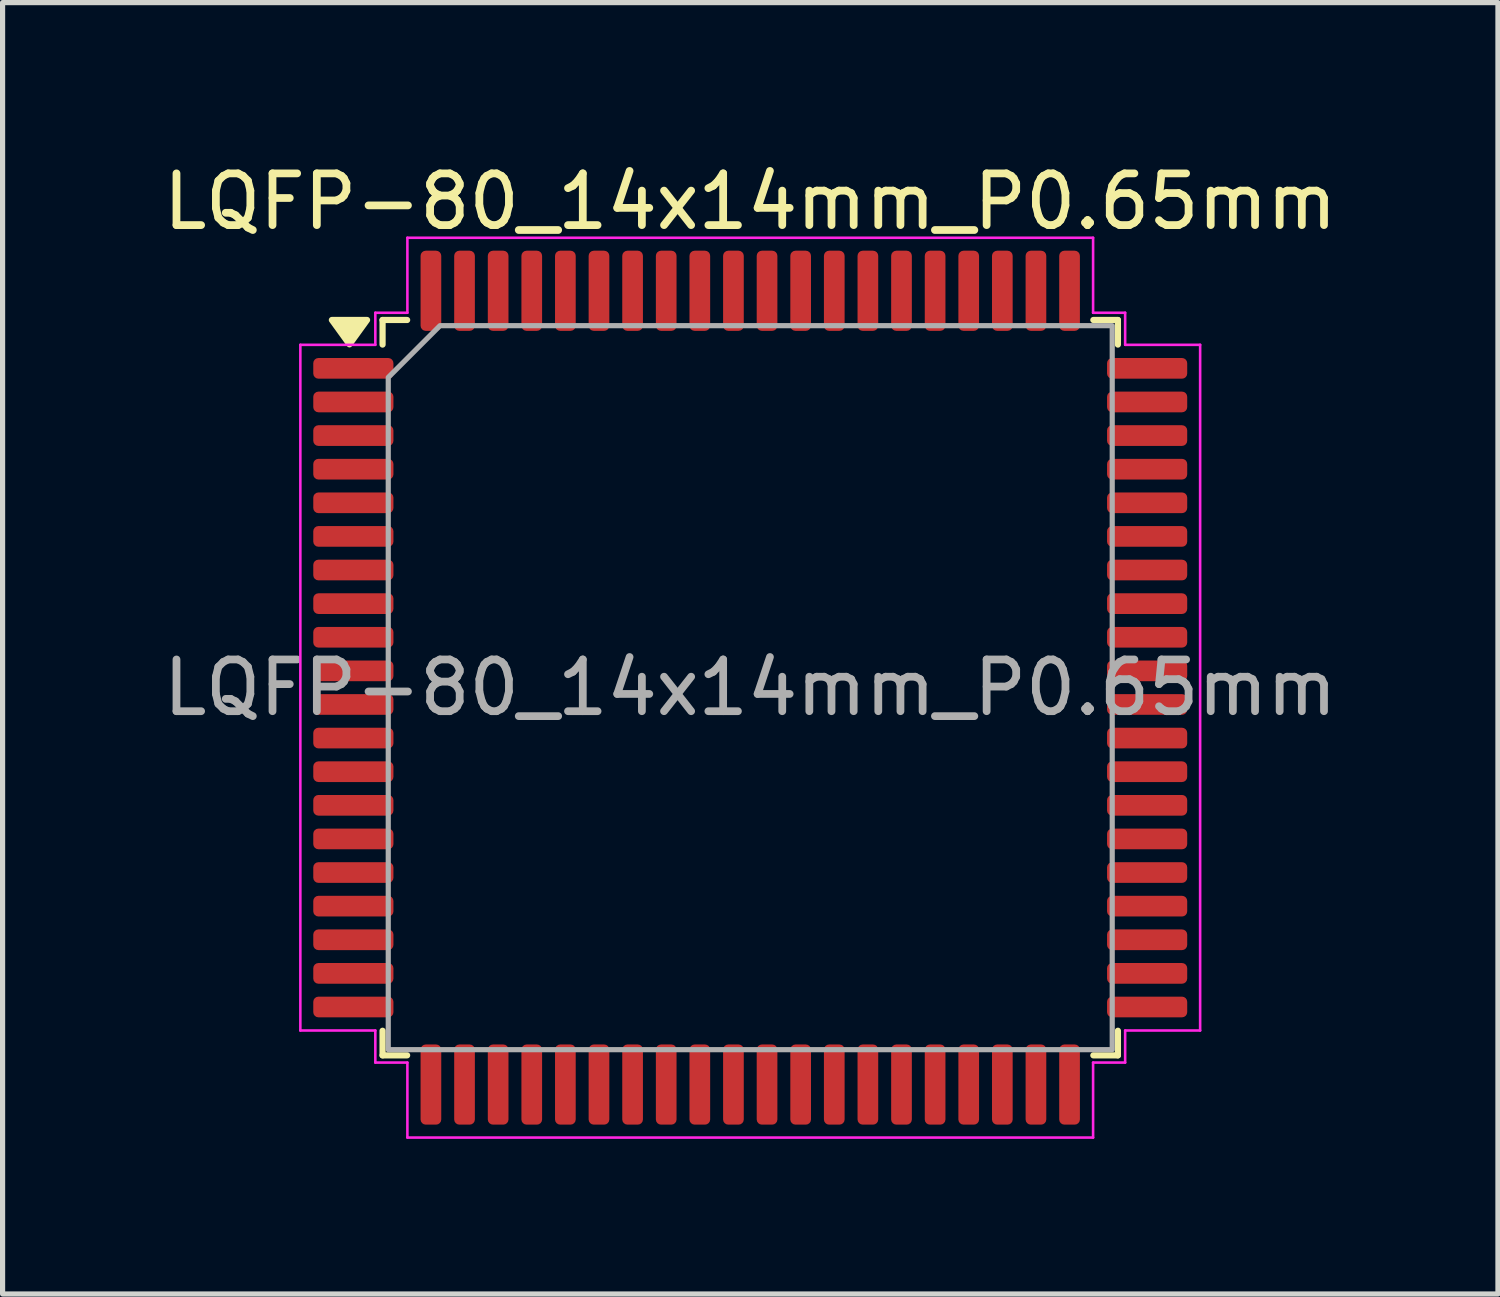
<source format=kicad_pcb>
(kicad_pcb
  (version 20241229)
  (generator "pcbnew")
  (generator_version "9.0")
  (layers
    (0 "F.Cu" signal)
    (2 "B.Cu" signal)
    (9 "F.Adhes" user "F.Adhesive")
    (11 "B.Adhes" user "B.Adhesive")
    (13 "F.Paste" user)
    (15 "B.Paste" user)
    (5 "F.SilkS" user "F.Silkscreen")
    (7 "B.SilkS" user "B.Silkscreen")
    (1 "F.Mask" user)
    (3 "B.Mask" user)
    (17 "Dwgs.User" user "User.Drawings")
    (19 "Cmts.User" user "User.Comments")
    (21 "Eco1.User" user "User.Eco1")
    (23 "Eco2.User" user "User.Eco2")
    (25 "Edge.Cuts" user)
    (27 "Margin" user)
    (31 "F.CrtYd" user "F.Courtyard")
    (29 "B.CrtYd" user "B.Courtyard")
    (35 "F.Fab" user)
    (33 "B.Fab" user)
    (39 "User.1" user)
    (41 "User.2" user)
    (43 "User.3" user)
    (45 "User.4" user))
  (footprint "LQFP-80_14x14mm_P0.65mm"
    (layer "F.Cu")
    (at 11.458 10.248)
    (property "Reference" "LQFP-80_14x14mm_P0.65mm" (at 0 -9.4 0) (layer "F.SilkS") (effects (font (size 1 1) (thickness 0.15))))
    (attr smd)
    (fp_line (start -7.11 -7.11) (end -6.635 -7.11) (stroke (width 0.12) (type solid)) (layer "F.SilkS"))
    (fp_line (start -7.11 -6.635) (end -7.11 -7.11) (stroke (width 0.12) (type solid)) (layer "F.SilkS"))
    (fp_line (start -7.11 7.11) (end -7.11 6.635) (stroke (width 0.12) (type solid)) (layer "F.SilkS"))
    (fp_line (start -6.635 7.11) (end -7.11 7.11) (stroke (width 0.12) (type solid)) (layer "F.SilkS"))
    (fp_line (start 6.635 -7.11) (end 7.11 -7.11) (stroke (width 0.12) (type solid)) (layer "F.SilkS"))
    (fp_line (start 7.11 -7.11) (end 7.11 -6.635) (stroke (width 0.12) (type solid)) (layer "F.SilkS"))
    (fp_line (start 7.11 6.635) (end 7.11 7.11) (stroke (width 0.12) (type solid)) (layer "F.SilkS"))
    (fp_line (start 7.11 7.11) (end 6.635 7.11) (stroke (width 0.12) (type solid)) (layer "F.SilkS"))
    (fp_poly (pts (xy -7.75 -6.64) (xy -8.09 -7.11) (xy -7.41 -7.11)) (stroke (width 0.12) (type solid)) (fill yes) (layer "F.SilkS"))
    (fp_line (start -8.7 -6.63) (end -7.25 -6.63) (stroke (width 0.05) (type solid)) (layer "F.CrtYd"))
    (fp_line (start -8.7 6.63) (end -8.7 -6.63) (stroke (width 0.05) (type solid)) (layer "F.CrtYd"))
    (fp_line (start -7.25 -7.25) (end -6.63 -7.25) (stroke (width 0.05) (type solid)) (layer "F.CrtYd"))
    (fp_line (start -7.25 -6.63) (end -7.25 -7.25) (stroke (width 0.05) (type solid)) (layer "F.CrtYd"))
    (fp_line (start -7.25 6.63) (end -8.7 6.63) (stroke (width 0.05) (type solid)) (layer "F.CrtYd"))
    (fp_line (start -7.25 7.25) (end -7.25 6.63) (stroke (width 0.05) (type solid)) (layer "F.CrtYd"))
    (fp_line (start -6.63 -8.7) (end 6.63 -8.7) (stroke (width 0.05) (type solid)) (layer "F.CrtYd"))
    (fp_line (start -6.63 -7.25) (end -6.63 -8.7) (stroke (width 0.05) (type solid)) (layer "F.CrtYd"))
    (fp_line (start -6.63 7.25) (end -7.25 7.25) (stroke (width 0.05) (type solid)) (layer "F.CrtYd"))
    (fp_line (start -6.63 8.7) (end -6.63 7.25) (stroke (width 0.05) (type solid)) (layer "F.CrtYd"))
    (fp_line (start 6.63 -8.7) (end 6.63 -7.25) (stroke (width 0.05) (type solid)) (layer "F.CrtYd"))
    (fp_line (start 6.63 -7.25) (end 7.25 -7.25) (stroke (width 0.05) (type solid)) (layer "F.CrtYd"))
    (fp_line (start 6.63 7.25) (end 6.63 8.7) (stroke (width 0.05) (type solid)) (layer "F.CrtYd"))
    (fp_line (start 6.63 8.7) (end -6.63 8.7) (stroke (width 0.05) (type solid)) (layer "F.CrtYd"))
    (fp_line (start 7.25 -7.25) (end 7.25 -6.63) (stroke (width 0.05) (type solid)) (layer "F.CrtYd"))
    (fp_line (start 7.25 -6.63) (end 8.7 -6.63) (stroke (width 0.05) (type solid)) (layer "F.CrtYd"))
    (fp_line (start 7.25 6.63) (end 7.25 7.25) (stroke (width 0.05) (type solid)) (layer "F.CrtYd"))
    (fp_line (start 7.25 7.25) (end 6.63 7.25) (stroke (width 0.05) (type solid)) (layer "F.CrtYd"))
    (fp_line (start 8.7 -6.63) (end 8.7 6.63) (stroke (width 0.05) (type solid)) (layer "F.CrtYd"))
    (fp_line (start 8.7 6.63) (end 7.25 6.63) (stroke (width 0.05) (type solid)) (layer "F.CrtYd"))
    (fp_poly (pts (xy -7 -6) (xy -7 7) (xy 7 7) (xy 7 -7) (xy -6 -7)) (stroke (width 0.1) (type solid)) (fill no) (layer "F.Fab"))
    (fp_text user "${REFERENCE}" (at 0 0 0) (layer "F.Fab") (effects (font (size 1 1) (thickness 0.15))))
    (pad "1" smd roundrect (at -7.675 -6.175) (size 1.55 0.4) (layers "F.Cu" "F.Mask" "F.Paste") (roundrect_rratio 0.25))
    (pad "2" smd roundrect (at -7.675 -5.525) (size 1.55 0.4) (layers "F.Cu" "F.Mask" "F.Paste") (roundrect_rratio 0.25))
    (pad "3" smd roundrect (at -7.675 -4.875) (size 1.55 0.4) (layers "F.Cu" "F.Mask" "F.Paste") (roundrect_rratio 0.25))
    (pad "4" smd roundrect (at -7.675 -4.225) (size 1.55 0.4) (layers "F.Cu" "F.Mask" "F.Paste") (roundrect_rratio 0.25))
    (pad "5" smd roundrect (at -7.675 -3.575) (size 1.55 0.4) (layers "F.Cu" "F.Mask" "F.Paste") (roundrect_rratio 0.25))
    (pad "6" smd roundrect (at -7.675 -2.925) (size 1.55 0.4) (layers "F.Cu" "F.Mask" "F.Paste") (roundrect_rratio 0.25))
    (pad "7" smd roundrect (at -7.675 -2.275) (size 1.55 0.4) (layers "F.Cu" "F.Mask" "F.Paste") (roundrect_rratio 0.25))
    (pad "8" smd roundrect (at -7.675 -1.625) (size 1.55 0.4) (layers "F.Cu" "F.Mask" "F.Paste") (roundrect_rratio 0.25))
    (pad "9" smd roundrect (at -7.675 -0.975) (size 1.55 0.4) (layers "F.Cu" "F.Mask" "F.Paste") (roundrect_rratio 0.25))
    (pad "10" smd roundrect (at -7.675 -0.325) (size 1.55 0.4) (layers "F.Cu" "F.Mask" "F.Paste") (roundrect_rratio 0.25))
    (pad "11" smd roundrect (at -7.675 0.325) (size 1.55 0.4) (layers "F.Cu" "F.Mask" "F.Paste") (roundrect_rratio 0.25))
    (pad "12" smd roundrect (at -7.675 0.975) (size 1.55 0.4) (layers "F.Cu" "F.Mask" "F.Paste") (roundrect_rratio 0.25))
    (pad "13" smd roundrect (at -7.675 1.625) (size 1.55 0.4) (layers "F.Cu" "F.Mask" "F.Paste") (roundrect_rratio 0.25))
    (pad "14" smd roundrect (at -7.675 2.275) (size 1.55 0.4) (layers "F.Cu" "F.Mask" "F.Paste") (roundrect_rratio 0.25))
    (pad "15" smd roundrect (at -7.675 2.925) (size 1.55 0.4) (layers "F.Cu" "F.Mask" "F.Paste") (roundrect_rratio 0.25))
    (pad "16" smd roundrect (at -7.675 3.575) (size 1.55 0.4) (layers "F.Cu" "F.Mask" "F.Paste") (roundrect_rratio 0.25))
    (pad "17" smd roundrect (at -7.675 4.225) (size 1.55 0.4) (layers "F.Cu" "F.Mask" "F.Paste") (roundrect_rratio 0.25))
    (pad "18" smd roundrect (at -7.675 4.875) (size 1.55 0.4) (layers "F.Cu" "F.Mask" "F.Paste") (roundrect_rratio 0.25))
    (pad "19" smd roundrect (at -7.675 5.525) (size 1.55 0.4) (layers "F.Cu" "F.Mask" "F.Paste") (roundrect_rratio 0.25))
    (pad "20" smd roundrect (at -7.675 6.175) (size 1.55 0.4) (layers "F.Cu" "F.Mask" "F.Paste") (roundrect_rratio 0.25))
    (pad "21" smd roundrect (at -6.175 7.675) (size 0.4 1.55) (layers "F.Cu" "F.Mask" "F.Paste") (roundrect_rratio 0.25))
    (pad "22" smd roundrect (at -5.525 7.675) (size 0.4 1.55) (layers "F.Cu" "F.Mask" "F.Paste") (roundrect_rratio 0.25))
    (pad "23" smd roundrect (at -4.875 7.675) (size 0.4 1.55) (layers "F.Cu" "F.Mask" "F.Paste") (roundrect_rratio 0.25))
    (pad "24" smd roundrect (at -4.225 7.675) (size 0.4 1.55) (layers "F.Cu" "F.Mask" "F.Paste") (roundrect_rratio 0.25))
    (pad "25" smd roundrect (at -3.575 7.675) (size 0.4 1.55) (layers "F.Cu" "F.Mask" "F.Paste") (roundrect_rratio 0.25))
    (pad "26" smd roundrect (at -2.925 7.675) (size 0.4 1.55) (layers "F.Cu" "F.Mask" "F.Paste") (roundrect_rratio 0.25))
    (pad "27" smd roundrect (at -2.275 7.675) (size 0.4 1.55) (layers "F.Cu" "F.Mask" "F.Paste") (roundrect_rratio 0.25))
    (pad "28" smd roundrect (at -1.625 7.675) (size 0.4 1.55) (layers "F.Cu" "F.Mask" "F.Paste") (roundrect_rratio 0.25))
    (pad "29" smd roundrect (at -0.975 7.675) (size 0.4 1.55) (layers "F.Cu" "F.Mask" "F.Paste") (roundrect_rratio 0.25))
    (pad "30" smd roundrect (at -0.325 7.675) (size 0.4 1.55) (layers "F.Cu" "F.Mask" "F.Paste") (roundrect_rratio 0.25))
    (pad "31" smd roundrect (at 0.325 7.675) (size 0.4 1.55) (layers "F.Cu" "F.Mask" "F.Paste") (roundrect_rratio 0.25))
    (pad "32" smd roundrect (at 0.975 7.675) (size 0.4 1.55) (layers "F.Cu" "F.Mask" "F.Paste") (roundrect_rratio 0.25))
    (pad "33" smd roundrect (at 1.625 7.675) (size 0.4 1.55) (layers "F.Cu" "F.Mask" "F.Paste") (roundrect_rratio 0.25))
    (pad "34" smd roundrect (at 2.275 7.675) (size 0.4 1.55) (layers "F.Cu" "F.Mask" "F.Paste") (roundrect_rratio 0.25))
    (pad "35" smd roundrect (at 2.925 7.675) (size 0.4 1.55) (layers "F.Cu" "F.Mask" "F.Paste") (roundrect_rratio 0.25))
    (pad "36" smd roundrect (at 3.575 7.675) (size 0.4 1.55) (layers "F.Cu" "F.Mask" "F.Paste") (roundrect_rratio 0.25))
    (pad "37" smd roundrect (at 4.225 7.675) (size 0.4 1.55) (layers "F.Cu" "F.Mask" "F.Paste") (roundrect_rratio 0.25))
    (pad "38" smd roundrect (at 4.875 7.675) (size 0.4 1.55) (layers "F.Cu" "F.Mask" "F.Paste") (roundrect_rratio 0.25))
    (pad "39" smd roundrect (at 5.525 7.675) (size 0.4 1.55) (layers "F.Cu" "F.Mask" "F.Paste") (roundrect_rratio 0.25))
    (pad "40" smd roundrect (at 6.175 7.675) (size 0.4 1.55) (layers "F.Cu" "F.Mask" "F.Paste") (roundrect_rratio 0.25))
    (pad "41" smd roundrect (at 7.675 6.175) (size 1.55 0.4) (layers "F.Cu" "F.Mask" "F.Paste") (roundrect_rratio 0.25))
    (pad "42" smd roundrect (at 7.675 5.525) (size 1.55 0.4) (layers "F.Cu" "F.Mask" "F.Paste") (roundrect_rratio 0.25))
    (pad "43" smd roundrect (at 7.675 4.875) (size 1.55 0.4) (layers "F.Cu" "F.Mask" "F.Paste") (roundrect_rratio 0.25))
    (pad "44" smd roundrect (at 7.675 4.225) (size 1.55 0.4) (layers "F.Cu" "F.Mask" "F.Paste") (roundrect_rratio 0.25))
    (pad "45" smd roundrect (at 7.675 3.575) (size 1.55 0.4) (layers "F.Cu" "F.Mask" "F.Paste") (roundrect_rratio 0.25))
    (pad "46" smd roundrect (at 7.675 2.925) (size 1.55 0.4) (layers "F.Cu" "F.Mask" "F.Paste") (roundrect_rratio 0.25))
    (pad "47" smd roundrect (at 7.675 2.275) (size 1.55 0.4) (layers "F.Cu" "F.Mask" "F.Paste") (roundrect_rratio 0.25))
    (pad "48" smd roundrect (at 7.675 1.625) (size 1.55 0.4) (layers "F.Cu" "F.Mask" "F.Paste") (roundrect_rratio 0.25))
    (pad "49" smd roundrect (at 7.675 0.975) (size 1.55 0.4) (layers "F.Cu" "F.Mask" "F.Paste") (roundrect_rratio 0.25))
    (pad "50" smd roundrect (at 7.675 0.325) (size 1.55 0.4) (layers "F.Cu" "F.Mask" "F.Paste") (roundrect_rratio 0.25))
    (pad "51" smd roundrect (at 7.675 -0.325) (size 1.55 0.4) (layers "F.Cu" "F.Mask" "F.Paste") (roundrect_rratio 0.25))
    (pad "52" smd roundrect (at 7.675 -0.975) (size 1.55 0.4) (layers "F.Cu" "F.Mask" "F.Paste") (roundrect_rratio 0.25))
    (pad "53" smd roundrect (at 7.675 -1.625) (size 1.55 0.4) (layers "F.Cu" "F.Mask" "F.Paste") (roundrect_rratio 0.25))
    (pad "54" smd roundrect (at 7.675 -2.275) (size 1.55 0.4) (layers "F.Cu" "F.Mask" "F.Paste") (roundrect_rratio 0.25))
    (pad "55" smd roundrect (at 7.675 -2.925) (size 1.55 0.4) (layers "F.Cu" "F.Mask" "F.Paste") (roundrect_rratio 0.25))
    (pad "56" smd roundrect (at 7.675 -3.575) (size 1.55 0.4) (layers "F.Cu" "F.Mask" "F.Paste") (roundrect_rratio 0.25))
    (pad "57" smd roundrect (at 7.675 -4.225) (size 1.55 0.4) (layers "F.Cu" "F.Mask" "F.Paste") (roundrect_rratio 0.25))
    (pad "58" smd roundrect (at 7.675 -4.875) (size 1.55 0.4) (layers "F.Cu" "F.Mask" "F.Paste") (roundrect_rratio 0.25))
    (pad "59" smd roundrect (at 7.675 -5.525) (size 1.55 0.4) (layers "F.Cu" "F.Mask" "F.Paste") (roundrect_rratio 0.25))
    (pad "60" smd roundrect (at 7.675 -6.175) (size 1.55 0.4) (layers "F.Cu" "F.Mask" "F.Paste") (roundrect_rratio 0.25))
    (pad "61" smd roundrect (at 6.175 -7.675) (size 0.4 1.55) (layers "F.Cu" "F.Mask" "F.Paste") (roundrect_rratio 0.25))
    (pad "62" smd roundrect (at 5.525 -7.675) (size 0.4 1.55) (layers "F.Cu" "F.Mask" "F.Paste") (roundrect_rratio 0.25))
    (pad "63" smd roundrect (at 4.875 -7.675) (size 0.4 1.55) (layers "F.Cu" "F.Mask" "F.Paste") (roundrect_rratio 0.25))
    (pad "64" smd roundrect (at 4.225 -7.675) (size 0.4 1.55) (layers "F.Cu" "F.Mask" "F.Paste") (roundrect_rratio 0.25))
    (pad "65" smd roundrect (at 3.575 -7.675) (size 0.4 1.55) (layers "F.Cu" "F.Mask" "F.Paste") (roundrect_rratio 0.25))
    (pad "66" smd roundrect (at 2.925 -7.675) (size 0.4 1.55) (layers "F.Cu" "F.Mask" "F.Paste") (roundrect_rratio 0.25))
    (pad "67" smd roundrect (at 2.275 -7.675) (size 0.4 1.55) (layers "F.Cu" "F.Mask" "F.Paste") (roundrect_rratio 0.25))
    (pad "68" smd roundrect (at 1.625 -7.675) (size 0.4 1.55) (layers "F.Cu" "F.Mask" "F.Paste") (roundrect_rratio 0.25))
    (pad "69" smd roundrect (at 0.975 -7.675) (size 0.4 1.55) (layers "F.Cu" "F.Mask" "F.Paste") (roundrect_rratio 0.25))
    (pad "70" smd roundrect (at 0.325 -7.675) (size 0.4 1.55) (layers "F.Cu" "F.Mask" "F.Paste") (roundrect_rratio 0.25))
    (pad "71" smd roundrect (at -0.325 -7.675) (size 0.4 1.55) (layers "F.Cu" "F.Mask" "F.Paste") (roundrect_rratio 0.25))
    (pad "72" smd roundrect (at -0.975 -7.675) (size 0.4 1.55) (layers "F.Cu" "F.Mask" "F.Paste") (roundrect_rratio 0.25))
    (pad "73" smd roundrect (at -1.625 -7.675) (size 0.4 1.55) (layers "F.Cu" "F.Mask" "F.Paste") (roundrect_rratio 0.25))
    (pad "74" smd roundrect (at -2.275 -7.675) (size 0.4 1.55) (layers "F.Cu" "F.Mask" "F.Paste") (roundrect_rratio 0.25))
    (pad "75" smd roundrect (at -2.925 -7.675) (size 0.4 1.55) (layers "F.Cu" "F.Mask" "F.Paste") (roundrect_rratio 0.25))
    (pad "76" smd roundrect (at -3.575 -7.675) (size 0.4 1.55) (layers "F.Cu" "F.Mask" "F.Paste") (roundrect_rratio 0.25))
    (pad "77" smd roundrect (at -4.225 -7.675) (size 0.4 1.55) (layers "F.Cu" "F.Mask" "F.Paste") (roundrect_rratio 0.25))
    (pad "78" smd roundrect (at -4.875 -7.675) (size 0.4 1.55) (layers "F.Cu" "F.Mask" "F.Paste") (roundrect_rratio 0.25))
    (pad "79" smd roundrect (at -5.525 -7.675) (size 0.4 1.55) (layers "F.Cu" "F.Mask" "F.Paste") (roundrect_rratio 0.25))
    (pad "80" smd roundrect (at -6.175 -7.675) (size 0.4 1.55) (layers "F.Cu" "F.Mask" "F.Paste") (roundrect_rratio 0.25)))
  (gr_rect
    (start -3 -3)
    (end 25.917 21.973)
    (stroke (width 0.1) (type default))
    (fill no)
    (layer "Edge.Cuts")))
</source>
